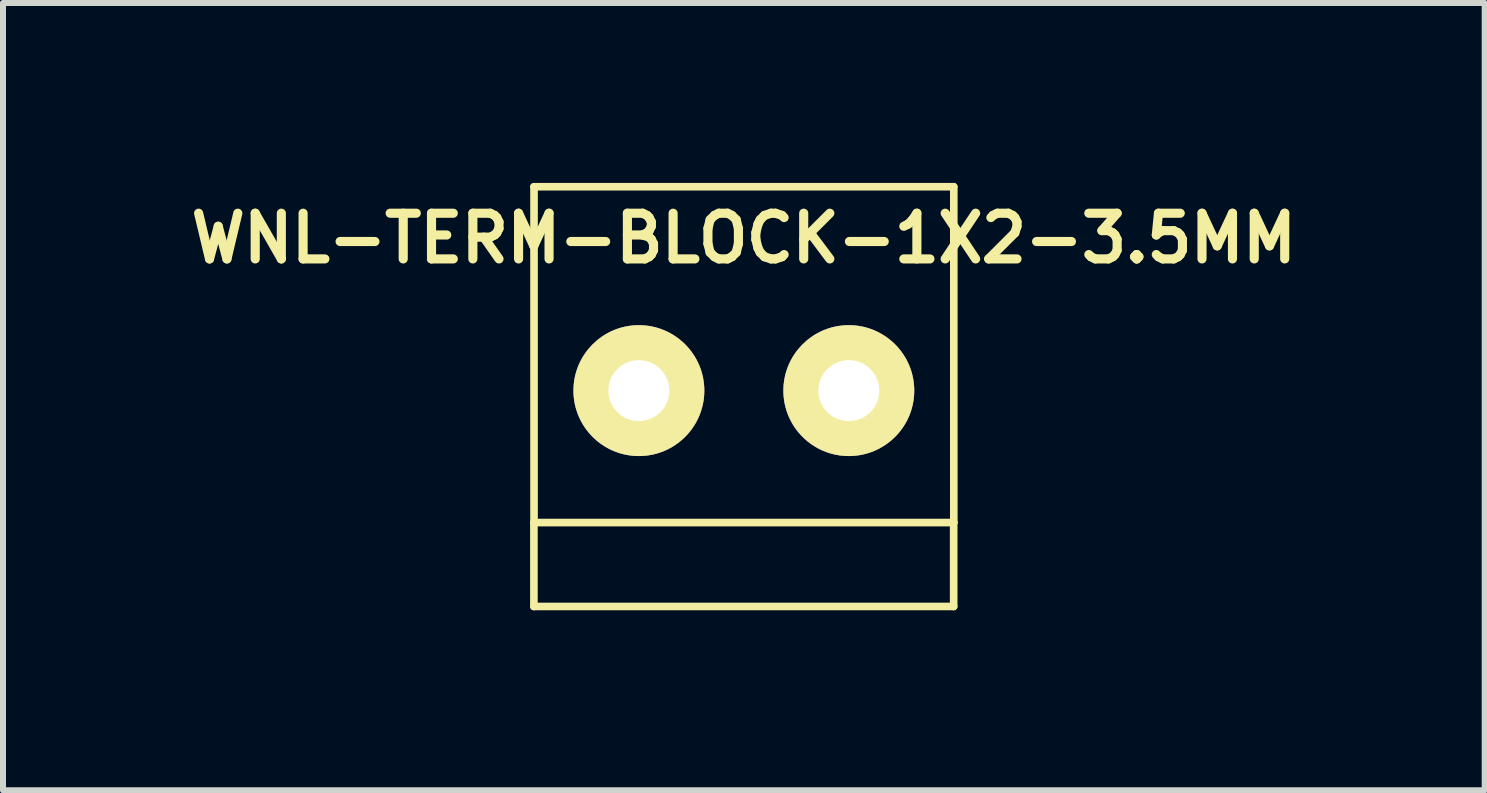
<source format=kicad_pcb>
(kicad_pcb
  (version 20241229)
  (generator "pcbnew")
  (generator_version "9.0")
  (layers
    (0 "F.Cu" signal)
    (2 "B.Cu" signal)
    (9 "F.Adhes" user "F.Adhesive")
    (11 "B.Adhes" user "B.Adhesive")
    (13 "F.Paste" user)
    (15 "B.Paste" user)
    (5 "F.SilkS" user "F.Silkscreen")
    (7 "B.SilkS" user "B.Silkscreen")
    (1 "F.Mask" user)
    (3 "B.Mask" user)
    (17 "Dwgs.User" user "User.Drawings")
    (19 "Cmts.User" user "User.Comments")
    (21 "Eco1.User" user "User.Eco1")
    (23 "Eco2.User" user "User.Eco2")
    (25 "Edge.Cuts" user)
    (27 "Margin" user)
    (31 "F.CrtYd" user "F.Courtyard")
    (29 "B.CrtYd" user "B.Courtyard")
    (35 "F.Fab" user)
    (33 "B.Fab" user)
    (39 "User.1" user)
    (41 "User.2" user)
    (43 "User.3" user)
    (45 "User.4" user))
  (footprint "WNL-TERM-BLOCK-1X2-3.5MM"
    (layer "F.Cu")
    (at 9.351 3.462)
    (property "Reference" "WNL-TERM-BLOCK-1X2-3.5MM" (at 0 -2.54 0) (layer "F.SilkS") (effects (font (size 0.762 0.762) (thickness 0.152))))
    (attr exclude_from_pos_files exclude_from_bom)
    (fp_line (start -3.5 2.2) (end -3.5 3.599) (stroke (width 0.127) (type solid)) (layer "F.SilkS"))
    (fp_line (start -3.5 3.599) (end 3.498 3.599) (stroke (width 0.127) (type solid)) (layer "F.SilkS"))
    (fp_line (start -3.498 -3.399) (end -3.498 2.2) (stroke (width 0.127) (type solid)) (layer "F.SilkS"))
    (fp_line (start -3.498 2.2) (end 3.5 2.2) (stroke (width 0.127) (type solid)) (layer "F.SilkS"))
    (fp_line (start 3.498 -3.399) (end -3.5 -3.399) (stroke (width 0.127) (type solid)) (layer "F.SilkS"))
    (fp_line (start 3.498 3.599) (end 3.498 2.2) (stroke (width 0.127) (type solid)) (layer "F.SilkS"))
    (fp_line (start 3.5 2.2) (end 3.5 -3.399) (stroke (width 0.127) (type solid)) (layer "F.SilkS"))
    (pad "1" thru_hole circle (at 1.75 0) (size 2.182 2.182) (drill 1.016) (layers "*.Cu" "*.Mask" "F.SilkS"))
    (pad "2" thru_hole circle (at -1.75 0) (size 2.182 2.182) (drill 1.016) (layers "*.Cu" "*.Mask" "F.SilkS")))
  (gr_rect
    (start -3 -3)
    (end 21.702 10.125)
    (stroke (width 0.1) (type default))
    (fill no)
    (layer "Edge.Cuts")))
</source>
